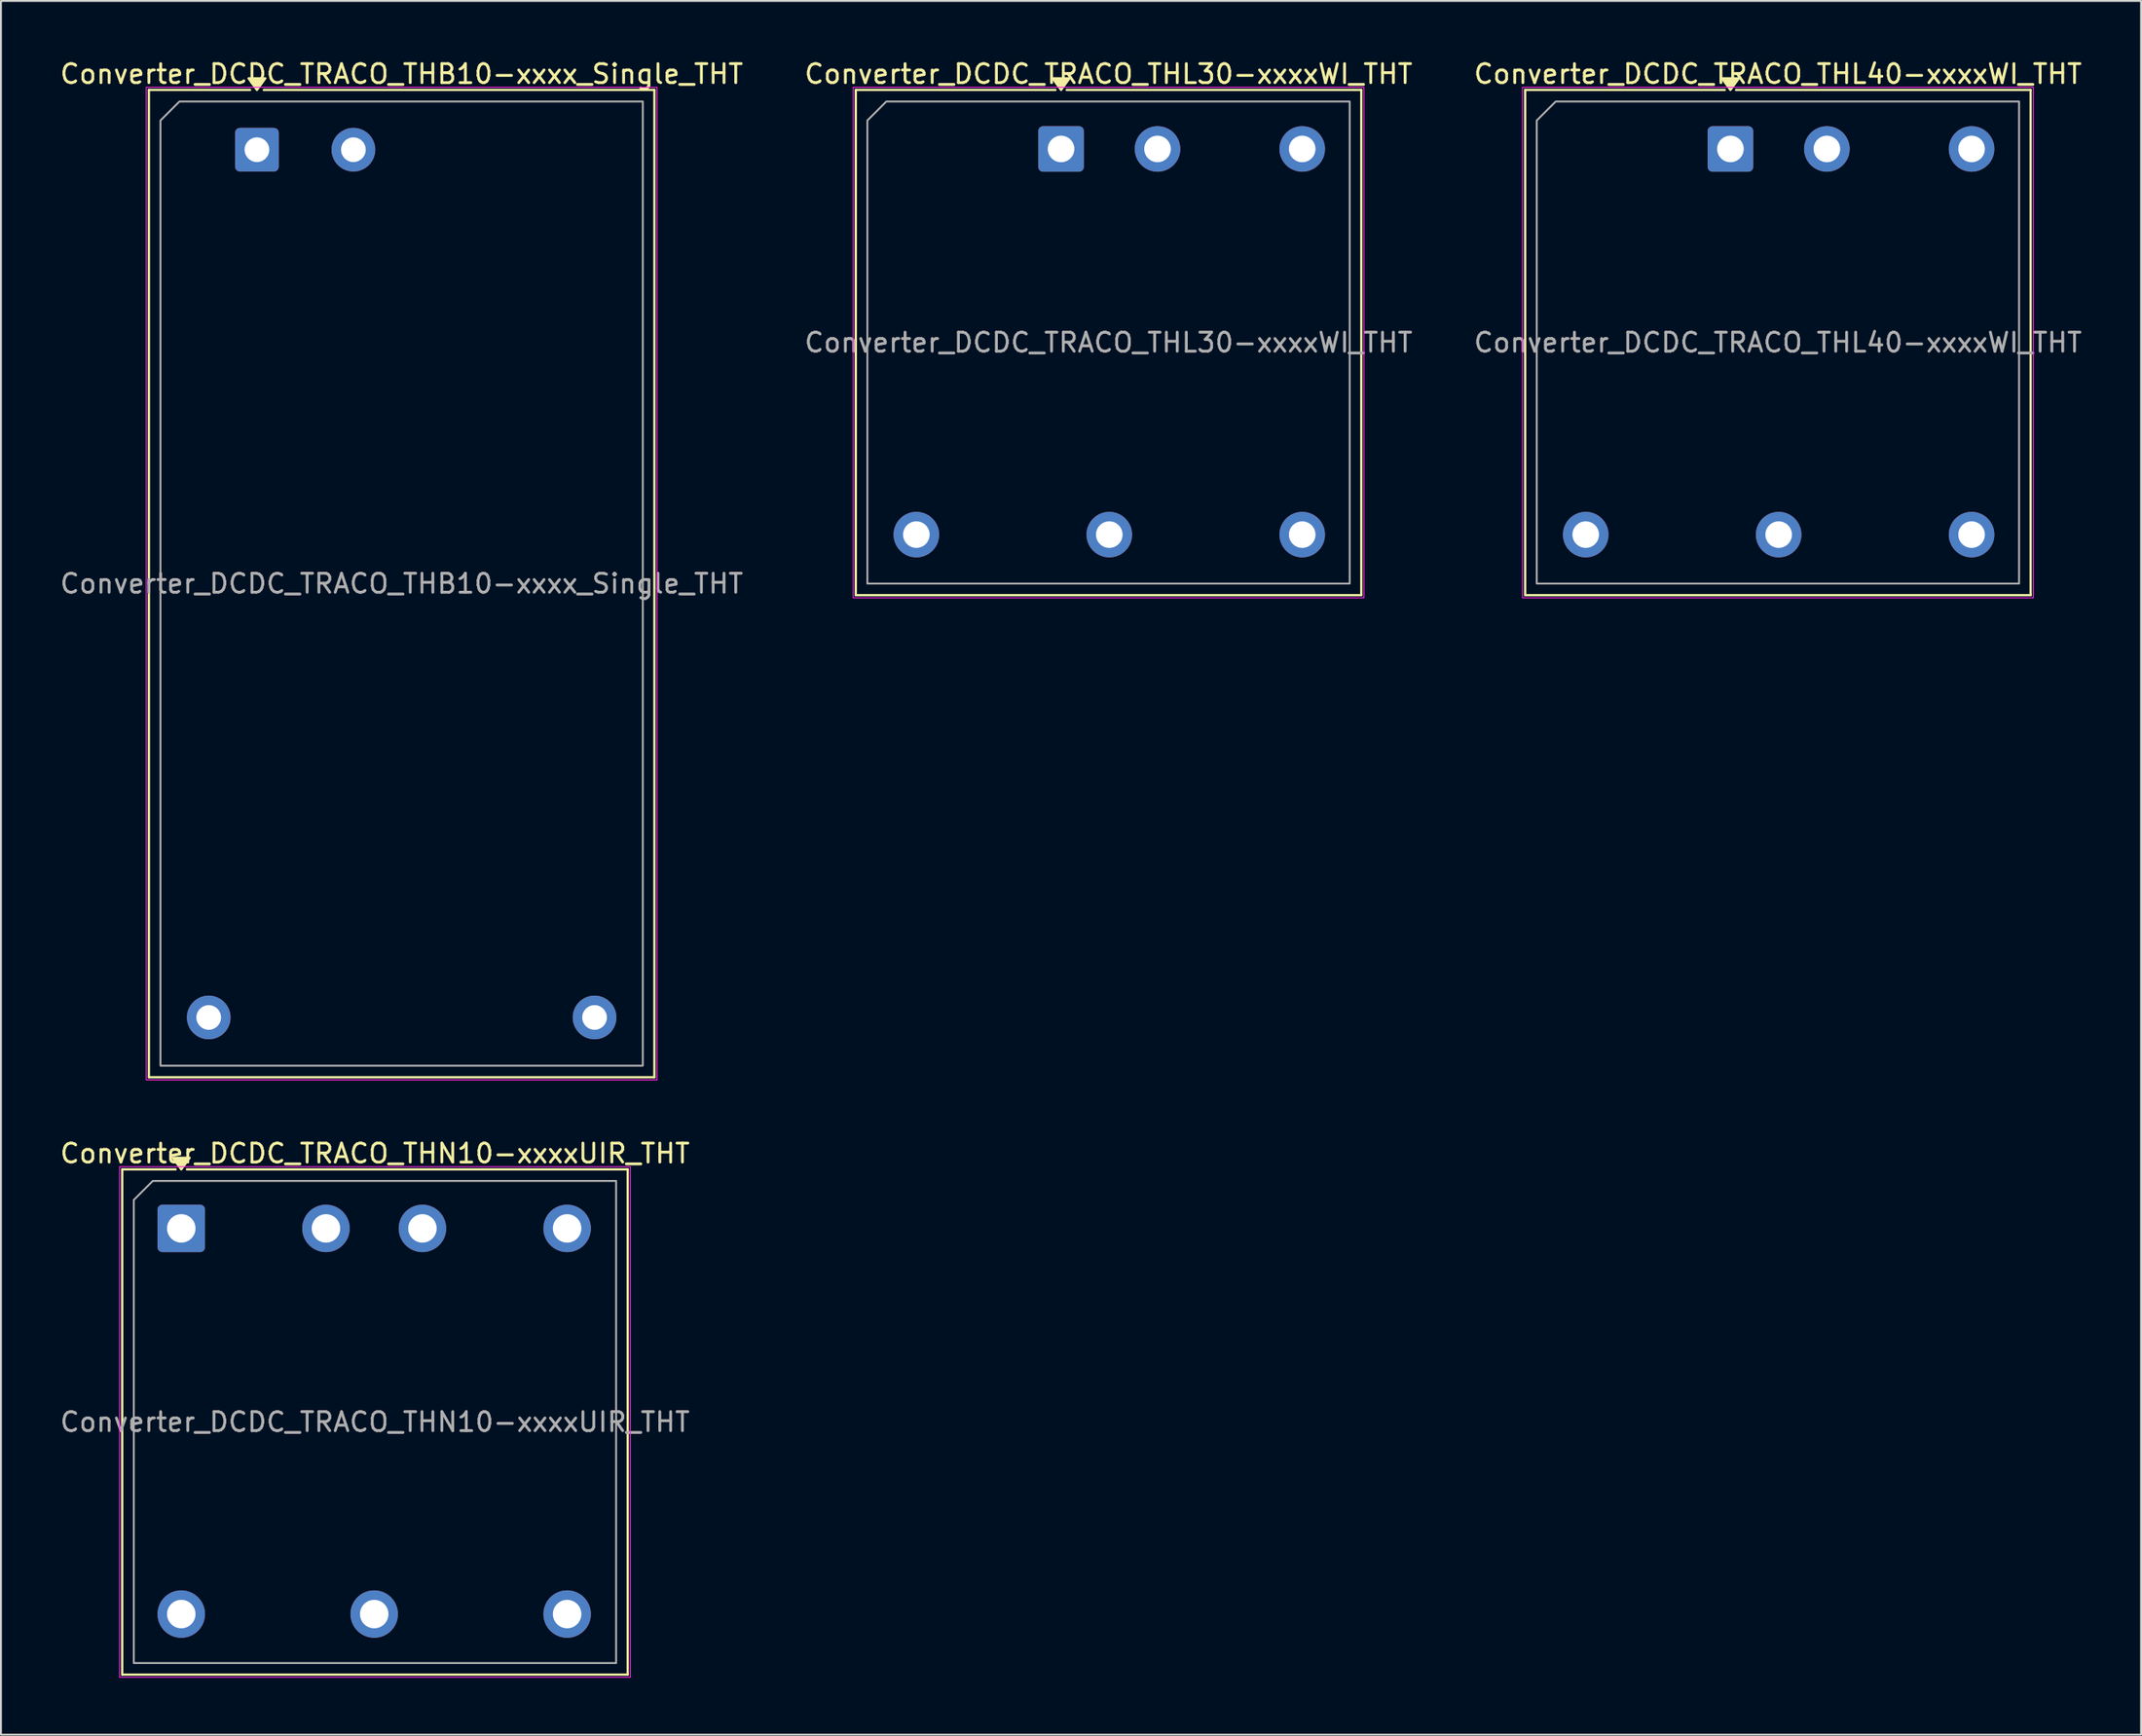
<source format=kicad_pcb>
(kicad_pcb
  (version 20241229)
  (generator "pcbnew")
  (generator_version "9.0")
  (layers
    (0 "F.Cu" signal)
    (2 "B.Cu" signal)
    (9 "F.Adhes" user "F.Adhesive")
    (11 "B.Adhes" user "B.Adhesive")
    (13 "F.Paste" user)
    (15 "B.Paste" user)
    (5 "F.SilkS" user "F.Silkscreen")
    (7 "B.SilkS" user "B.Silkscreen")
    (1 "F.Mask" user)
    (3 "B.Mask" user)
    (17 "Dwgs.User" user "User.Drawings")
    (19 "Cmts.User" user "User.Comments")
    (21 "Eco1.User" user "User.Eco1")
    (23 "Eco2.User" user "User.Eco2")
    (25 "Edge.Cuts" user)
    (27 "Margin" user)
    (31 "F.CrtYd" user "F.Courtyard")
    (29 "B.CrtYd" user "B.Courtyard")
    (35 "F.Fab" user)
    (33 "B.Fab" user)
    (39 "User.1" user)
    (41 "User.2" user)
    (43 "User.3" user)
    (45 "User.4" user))
  (footprint "Converter_DCDC_TRACO_THB10-xxxx_Single_THT"
    (layer "F.Cu")
    (at 10.481 4.838)
    (property "Reference" "Converter_DCDC_TRACO_THB10-xxxx_Single_THT" (at 7.62 -3.99 0) (layer "F.SilkS") (effects (font (size 1 1) (thickness 0.15))))
    (attr through_hole)
    (fp_line (start -5.69 -3.15) (end -0.36 -3.15) (stroke (width 0.12) (type solid)) (layer "F.SilkS"))
    (fp_line (start -5.69 48.87) (end -5.69 -3.15) (stroke (width 0.12) (type solid)) (layer "F.SilkS"))
    (fp_line (start 0.36 -3.15) (end 20.93 -3.15) (stroke (width 0.12) (type solid)) (layer "F.SilkS"))
    (fp_line (start 20.93 -3.15) (end 20.93 48.87) (stroke (width 0.12) (type solid)) (layer "F.SilkS"))
    (fp_line (start 20.93 48.87) (end -5.69 48.87) (stroke (width 0.12) (type solid)) (layer "F.SilkS"))
    (fp_poly (pts (xy 0 -3.15) (xy -0.44 -3.76) (xy 0.44 -3.76)) (stroke (width 0.12) (type solid)) (fill yes) (layer "F.SilkS"))
    (fp_rect (start -5.83 -3.29) (end 21.07 49.01) (stroke (width 0.05) (type solid)) (fill no) (layer "F.CrtYd"))
    (fp_poly (pts (xy -5.08 -1.54) (xy -5.08 48.26) (xy 20.32 48.26) (xy 20.32 -2.54) (xy -4.08 -2.54)) (stroke (width 0.1) (type solid)) (fill no) (layer "F.Fab"))
    (fp_text user "${REFERENCE}" (at 7.62 22.86 0) (layer "F.Fab") (effects (font (size 1 1) (thickness 0.15))))
    (pad "1" thru_hole roundrect (at 0 0) (size 2.3 2.3) (drill 1.3) (layers "*.Cu" "*.Mask") (roundrect_rratio 0.109))
    (pad "2" thru_hole circle (at 5.08 0) (size 2.3 2.3) (drill 1.3) (layers "*.Cu" "*.Mask"))
    (pad "3" thru_hole circle (at -2.54 45.72) (size 2.3 2.3) (drill 1.3) (layers "*.Cu" "*.Mask"))
    (pad "5" thru_hole circle (at 17.78 45.72) (size 2.3 2.3) (drill 1.3) (layers "*.Cu" "*.Mask")))
  (footprint "Converter_DCDC_TRACO_THL30-xxxxWI_THT"
    (layer "F.Cu")
    (at 52.827 4.798)
    (property "Reference" "Converter_DCDC_TRACO_THL30-xxxxWI_THT" (at 2.5 -3.95 0) (layer "F.SilkS") (effects (font (size 1 1) (thickness 0.15))))
    (attr through_hole)
    (fp_line (start -10.81 -3.11) (end -0.296 -3.11) (stroke (width 0.12) (type solid)) (layer "F.SilkS"))
    (fp_line (start -10.81 23.51) (end -10.81 -3.11) (stroke (width 0.12) (type solid)) (layer "F.SilkS"))
    (fp_line (start 0.296 -3.11) (end 15.81 -3.11) (stroke (width 0.12) (type solid)) (layer "F.SilkS"))
    (fp_line (start 15.81 -3.11) (end 15.81 23.51) (stroke (width 0.12) (type solid)) (layer "F.SilkS"))
    (fp_line (start 15.81 23.51) (end -10.81 23.51) (stroke (width 0.12) (type solid)) (layer "F.SilkS"))
    (fp_poly (pts (xy 0 -3.11) (xy -0.44 -3.72) (xy 0.44 -3.72)) (stroke (width 0.12) (type solid)) (fill yes) (layer "F.SilkS"))
    (fp_rect (start -10.95 -3.25) (end 15.95 23.65) (stroke (width 0.05) (type solid)) (fill no) (layer "F.CrtYd"))
    (fp_poly (pts (xy -9.2 -2.5) (xy 15.2 -2.5) (xy 15.2 22.9) (xy -10.2 22.9) (xy -10.2 -1.5)) (stroke (width 0.1) (type solid)) (fill no) (layer "F.Fab"))
    (fp_text user "${REFERENCE}" (at 2.5 10.2 0) (layer "F.Fab") (effects (font (size 1 1) (thickness 0.15))))
    (pad "1" thru_hole roundrect (at 0 0) (size 2.4 2.4) (drill 1.4) (layers "*.Cu" "*.Mask") (roundrect_rratio 0.104))
    (pad "2" thru_hole circle (at 5.08 0) (size 2.4 2.4) (drill 1.4) (layers "*.Cu" "*.Mask"))
    (pad "3" thru_hole circle (at -7.62 20.32) (size 2.4 2.4) (drill 1.4) (layers "*.Cu" "*.Mask"))
    (pad "4" thru_hole circle (at 2.54 20.32) (size 2.4 2.4) (drill 1.4) (layers "*.Cu" "*.Mask"))
    (pad "5" thru_hole circle (at 12.7 20.32) (size 2.4 2.4) (drill 1.4) (layers "*.Cu" "*.Mask"))
    (pad "6" thru_hole circle (at 12.7 0) (size 2.4 2.4) (drill 1.4) (layers "*.Cu" "*.Mask")))
  (footprint "Converter_DCDC_TRACO_THN10-xxxxUIR_THT"
    (layer "F.Cu")
    (at 6.496 61.672)
    (property "Reference" "Converter_DCDC_TRACO_THN10-xxxxUIR_THT" (at 10.2 -3.95 0) (layer "F.SilkS") (effects (font (size 1 1) (thickness 0.15))))
    (attr through_hole)
    (fp_line (start -3.11 -3.11) (end -0.296 -3.11) (stroke (width 0.12) (type solid)) (layer "F.SilkS"))
    (fp_line (start -3.11 23.51) (end -3.11 -3.11) (stroke (width 0.12) (type solid)) (layer "F.SilkS"))
    (fp_line (start 0.296 -3.11) (end 23.51 -3.11) (stroke (width 0.12) (type solid)) (layer "F.SilkS"))
    (fp_line (start 23.51 -3.11) (end 23.51 23.51) (stroke (width 0.12) (type solid)) (layer "F.SilkS"))
    (fp_line (start 23.51 23.51) (end -3.11 23.51) (stroke (width 0.12) (type solid)) (layer "F.SilkS"))
    (fp_poly (pts (xy 0 -3.11) (xy -0.44 -3.72) (xy 0.44 -3.72)) (stroke (width 0.12) (type solid)) (fill yes) (layer "F.SilkS"))
    (fp_rect (start -3.25 -3.25) (end 23.65 23.65) (stroke (width 0.05) (type solid)) (fill no) (layer "F.CrtYd"))
    (fp_poly (pts (xy -1.5 -2.5) (xy 22.9 -2.5) (xy 22.9 22.9) (xy -2.5 22.9) (xy -2.5 -1.5)) (stroke (width 0.1) (type solid)) (fill no) (layer "F.Fab"))
    (fp_text user "${REFERENCE}" (at 10.2 10.2 0) (layer "F.Fab") (effects (font (size 1 1) (thickness 0.15))))
    (pad "1" thru_hole roundrect (at 0 0) (size 2.5 2.5) (drill 1.5) (layers "*.Cu" "*.Mask") (roundrect_rratio 0.1))
    (pad "2" thru_hole circle (at 7.62 0) (size 2.5 2.5) (drill 1.5) (layers "*.Cu" "*.Mask"))
    (pad "3" thru_hole circle (at 12.7 0) (size 2.5 2.5) (drill 1.5) (layers "*.Cu" "*.Mask"))
    (pad "4" thru_hole circle (at 20.32 0) (size 2.5 2.5) (drill 1.5) (layers "*.Cu" "*.Mask"))
    (pad "5" thru_hole circle (at 0 20.32) (size 2.5 2.5) (drill 1.5) (layers "*.Cu" "*.Mask"))
    (pad "6" thru_hole circle (at 10.16 20.32) (size 2.5 2.5) (drill 1.5) (layers "*.Cu" "*.Mask"))
    (pad "7" thru_hole circle (at 20.32 20.32) (size 2.5 2.5) (drill 1.5) (layers "*.Cu" "*.Mask")))
  (footprint "Converter_DCDC_TRACO_THL40-xxxxWI_THT"
    (layer "F.Cu")
    (at 88.077 4.798)
    (property "Reference" "Converter_DCDC_TRACO_THL40-xxxxWI_THT" (at 2.5 -3.95 0) (layer "F.SilkS") (effects (font (size 1 1) (thickness 0.15))))
    (attr through_hole)
    (fp_line (start -10.81 -3.11) (end -0.296 -3.11) (stroke (width 0.12) (type solid)) (layer "F.SilkS"))
    (fp_line (start -10.81 23.51) (end -10.81 -3.11) (stroke (width 0.12) (type solid)) (layer "F.SilkS"))
    (fp_line (start 0.296 -3.11) (end 15.81 -3.11) (stroke (width 0.12) (type solid)) (layer "F.SilkS"))
    (fp_line (start 15.81 -3.11) (end 15.81 23.51) (stroke (width 0.12) (type solid)) (layer "F.SilkS"))
    (fp_line (start 15.81 23.51) (end -10.81 23.51) (stroke (width 0.12) (type solid)) (layer "F.SilkS"))
    (fp_poly (pts (xy 0 -3.11) (xy -0.44 -3.72) (xy 0.44 -3.72)) (stroke (width 0.12) (type solid)) (fill yes) (layer "F.SilkS"))
    (fp_rect (start -10.95 -3.25) (end 15.95 23.65) (stroke (width 0.05) (type solid)) (fill no) (layer "F.CrtYd"))
    (fp_poly (pts (xy -9.2 -2.5) (xy 15.2 -2.5) (xy 15.2 22.9) (xy -10.2 22.9) (xy -10.2 -1.5)) (stroke (width 0.1) (type solid)) (fill no) (layer "F.Fab"))
    (fp_text user "${REFERENCE}" (at 2.5 10.2 0) (layer "F.Fab") (effects (font (size 1 1) (thickness 0.15))))
    (pad "1" thru_hole roundrect (at 0 0) (size 2.4 2.4) (drill 1.4) (layers "*.Cu" "*.Mask") (roundrect_rratio 0.104))
    (pad "2" thru_hole circle (at 5.08 0) (size 2.4 2.4) (drill 1.4) (layers "*.Cu" "*.Mask"))
    (pad "3" thru_hole circle (at -7.62 20.32) (size 2.4 2.4) (drill 1.4) (layers "*.Cu" "*.Mask"))
    (pad "4" thru_hole circle (at 2.54 20.32) (size 2.4 2.4) (drill 1.4) (layers "*.Cu" "*.Mask"))
    (pad "5" thru_hole circle (at 12.7 20.32) (size 2.4 2.4) (drill 1.4) (layers "*.Cu" "*.Mask"))
    (pad "6" thru_hole circle (at 12.7 0) (size 2.4 2.4) (drill 1.4) (layers "*.Cu" "*.Mask")))
  (gr_rect
    (start -3 -3)
    (end 109.702 88.347)
    (stroke (width 0.1) (type default))
    (fill no)
    (layer "Edge.Cuts")))
</source>
